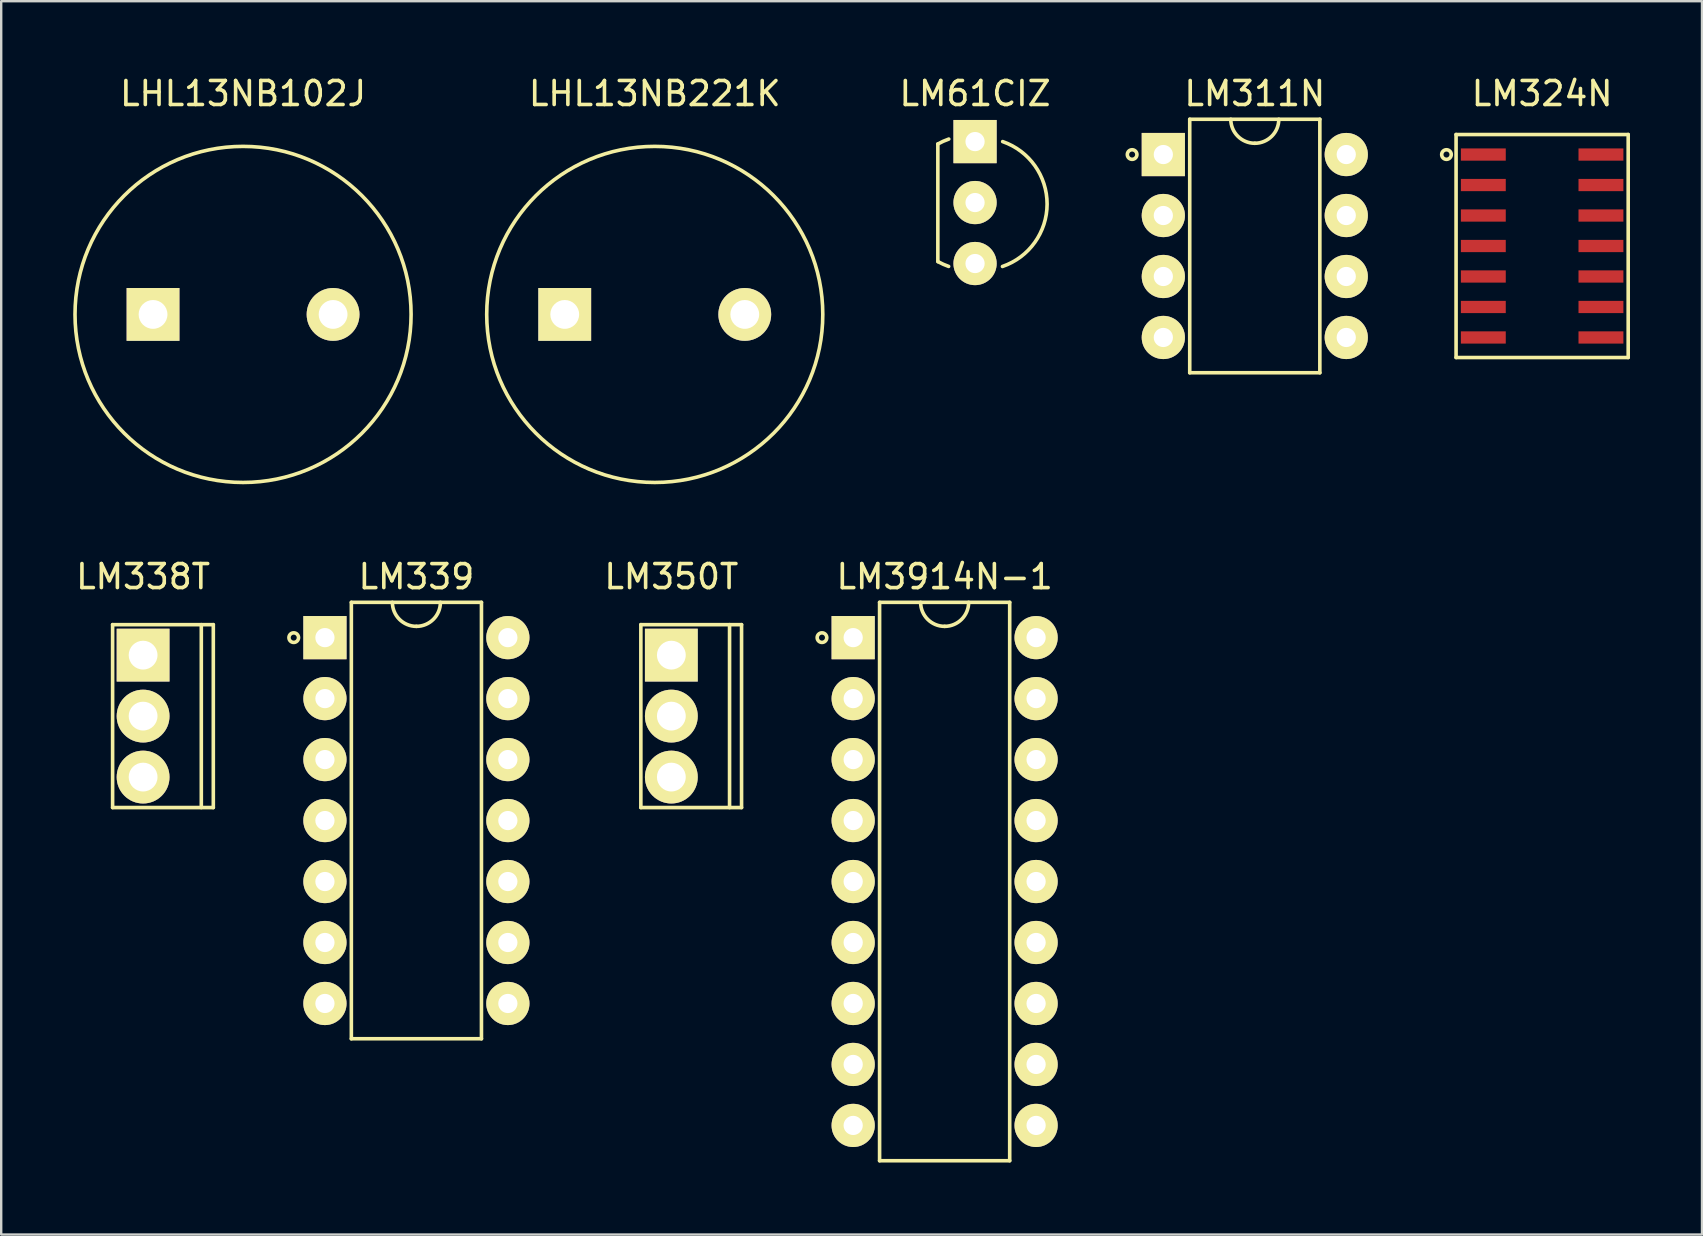
<source format=kicad_pcb>
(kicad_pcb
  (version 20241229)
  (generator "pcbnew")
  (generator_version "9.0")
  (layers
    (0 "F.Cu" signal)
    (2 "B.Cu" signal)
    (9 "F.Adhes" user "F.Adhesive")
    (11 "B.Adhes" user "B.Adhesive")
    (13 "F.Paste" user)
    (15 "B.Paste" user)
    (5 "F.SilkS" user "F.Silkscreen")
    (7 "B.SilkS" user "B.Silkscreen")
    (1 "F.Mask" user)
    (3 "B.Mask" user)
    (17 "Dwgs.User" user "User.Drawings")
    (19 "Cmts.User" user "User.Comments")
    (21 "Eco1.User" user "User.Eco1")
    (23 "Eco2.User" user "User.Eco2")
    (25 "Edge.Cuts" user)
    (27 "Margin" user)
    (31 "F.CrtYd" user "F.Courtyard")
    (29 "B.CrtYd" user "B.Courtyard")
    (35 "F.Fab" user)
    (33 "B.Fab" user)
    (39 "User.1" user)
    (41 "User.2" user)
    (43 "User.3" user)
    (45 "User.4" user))
  (footprint "LM324N"
    (layer "F.Cu")
    (at 58.741 3.388)
    (property "Reference" "LM324N" (at 2.45 -2.54 0) (layer "F.SilkS") (effects (font (size 1 1) (thickness 0.15))))
    (attr through_hole)
    (fp_line (start -1.135 -0.835) (end 6.035 -0.835) (stroke (width 0.15) (type solid)) (layer "F.SilkS"))
    (fp_line (start -1.135 8.455) (end -1.135 -0.835) (stroke (width 0.15) (type solid)) (layer "F.SilkS"))
    (fp_line (start 6.035 -0.835) (end 6.035 8.455) (stroke (width 0.15) (type solid)) (layer "F.SilkS"))
    (fp_line (start 6.035 8.455) (end -1.135 8.455) (stroke (width 0.15) (type solid)) (layer "F.SilkS"))
    (fp_circle (center -1.535 0) (end -1.535 0.2) (stroke (width 0.15) (type solid)) (fill no) (layer "F.SilkS"))
    (pad "1" smd rect (at 0 0) (size 1.87 0.51) (layers "F.Cu" "F.Mask" "F.Paste"))
    (pad "2" smd rect (at 0 1.27) (size 1.87 0.51) (layers "F.Cu" "F.Mask" "F.Paste"))
    (pad "3" smd rect (at 0 2.54) (size 1.87 0.51) (layers "F.Cu" "F.Mask" "F.Paste"))
    (pad "4" smd rect (at 0 3.81) (size 1.87 0.51) (layers "F.Cu" "F.Mask" "F.Paste"))
    (pad "5" smd rect (at 0 5.08) (size 1.87 0.51) (layers "F.Cu" "F.Mask" "F.Paste"))
    (pad "6" smd rect (at 0 6.35) (size 1.87 0.51) (layers "F.Cu" "F.Mask" "F.Paste"))
    (pad "7" smd rect (at 0 7.62) (size 1.87 0.51) (layers "F.Cu" "F.Mask" "F.Paste"))
    (pad "8" smd rect (at 4.9 7.62) (size 1.87 0.51) (layers "F.Cu" "F.Mask" "F.Paste"))
    (pad "9" smd rect (at 4.9 6.35) (size 1.87 0.51) (layers "F.Cu" "F.Mask" "F.Paste"))
    (pad "10" smd rect (at 4.9 5.08) (size 1.87 0.51) (layers "F.Cu" "F.Mask" "F.Paste"))
    (pad "11" smd rect (at 4.9 3.81) (size 1.87 0.51) (layers "F.Cu" "F.Mask" "F.Paste"))
    (pad "12" smd rect (at 4.9 2.54) (size 1.87 0.51) (layers "F.Cu" "F.Mask" "F.Paste"))
    (pad "13" smd rect (at 4.9 1.27) (size 1.87 0.51) (layers "F.Cu" "F.Mask" "F.Paste"))
    (pad "14" smd rect (at 4.9 0) (size 1.87 0.51) (layers "F.Cu" "F.Mask" "F.Paste")))
  (footprint "LM339"
    (layer "F.Cu")
    (at 10.486 23.512)
    (property "Reference" "LM339" (at 3.81 -2.54 0) (layer "F.SilkS") (effects (font (size 1 1) (thickness 0.15))))
    (attr through_hole)
    (fp_line (start 1.1 -1.47) (end 6.52 -1.47) (stroke (width 0.15) (type solid)) (layer "F.SilkS"))
    (fp_line (start 1.1 16.71) (end 1.1 -1.47) (stroke (width 0.15) (type solid)) (layer "F.SilkS"))
    (fp_line (start 6.52 -1.47) (end 6.52 16.71) (stroke (width 0.15) (type solid)) (layer "F.SilkS"))
    (fp_line (start 6.52 16.71) (end 1.1 16.71) (stroke (width 0.15) (type solid)) (layer "F.SilkS"))
    (fp_arc (start 3.81 -0.47) (mid 3.102893 -0.762893) (end 2.81 -1.47) (stroke (width 0.15) (type solid)) (layer "F.SilkS"))
    (fp_arc (start 4.81 -1.47) (mid 4.517107 -0.762893) (end 3.81 -0.47) (stroke (width 0.15) (type solid)) (layer "F.SilkS"))
    (fp_circle (center -1.3 0) (end -1.3 0.2) (stroke (width 0.15) (type solid)) (fill no) (layer "F.SilkS"))
    (pad "1" thru_hole rect (at 0 0) (size 1.8 1.8) (drill 0.8) (layers "*.Cu" "*.Mask" "F.SilkS"))
    (pad "2" thru_hole circle (at 0 2.54) (size 1.8 1.8) (drill 0.8) (layers "*.Cu" "*.Mask" "F.SilkS"))
    (pad "3" thru_hole circle (at 0 5.08) (size 1.8 1.8) (drill 0.8) (layers "*.Cu" "*.Mask" "F.SilkS"))
    (pad "4" thru_hole circle (at 0 7.62) (size 1.8 1.8) (drill 0.8) (layers "*.Cu" "*.Mask" "F.SilkS"))
    (pad "5" thru_hole circle (at 0 10.16) (size 1.8 1.8) (drill 0.8) (layers "*.Cu" "*.Mask" "F.SilkS"))
    (pad "6" thru_hole circle (at 0 12.7) (size 1.8 1.8) (drill 0.8) (layers "*.Cu" "*.Mask" "F.SilkS"))
    (pad "7" thru_hole circle (at 0 15.24) (size 1.8 1.8) (drill 0.8) (layers "*.Cu" "*.Mask" "F.SilkS"))
    (pad "8" thru_hole circle (at 7.62 15.24) (size 1.8 1.8) (drill 0.8) (layers "*.Cu" "*.Mask" "F.SilkS"))
    (pad "9" thru_hole circle (at 7.62 12.7) (size 1.8 1.8) (drill 0.8) (layers "*.Cu" "*.Mask" "F.SilkS"))
    (pad "10" thru_hole circle (at 7.62 10.16) (size 1.8 1.8) (drill 0.8) (layers "*.Cu" "*.Mask" "F.SilkS"))
    (pad "11" thru_hole circle (at 7.62 7.62) (size 1.8 1.8) (drill 0.8) (layers "*.Cu" "*.Mask" "F.SilkS"))
    (pad "12" thru_hole circle (at 7.62 5.08) (size 1.8 1.8) (drill 0.8) (layers "*.Cu" "*.Mask" "F.SilkS"))
    (pad "13" thru_hole circle (at 7.62 2.54) (size 1.8 1.8) (drill 0.8) (layers "*.Cu" "*.Mask" "F.SilkS"))
    (pad "14" thru_hole circle (at 7.62 0) (size 1.8 1.8) (drill 0.8) (layers "*.Cu" "*.Mask" "F.SilkS")))
  (footprint "LHL13NB221K"
    (layer "F.Cu")
    (at 20.475 10.048)
    (property "Reference" "LHL13NB221K" (at 3.75 -9.2 0) (layer "F.SilkS") (effects (font (size 1 1) (thickness 0.15))))
    (attr through_hole)
    (fp_circle (center 3.75 0) (end 3.75 -7) (stroke (width 0.15) (type solid)) (fill no) (layer "F.SilkS"))
    (pad "1" thru_hole rect (at 0 0) (size 2.2 2.2) (drill 1.2) (layers "*.Cu" "*.Mask" "F.SilkS"))
    (pad "2" thru_hole circle (at 7.5 0) (size 2.2 2.2) (drill 1.2) (layers "*.Cu" "*.Mask" "F.SilkS")))
  (footprint "LM338T"
    (layer "F.Cu")
    (at 2.911 24.241)
    (property "Reference" "LM338T" (at 0 -3.27 0) (layer "F.SilkS") (effects (font (size 1 1) (thickness 0.15))))
    (attr through_hole)
    (fp_line (start -1.27 -1.27) (end -1.27 6.35) (stroke (width 0.15) (type solid)) (layer "F.SilkS"))
    (fp_line (start -1.27 -1.27) (end 2.925 -1.27) (stroke (width 0.15) (type solid)) (layer "F.SilkS"))
    (fp_line (start -1.27 6.35) (end 2.925 6.35) (stroke (width 0.15) (type solid)) (layer "F.SilkS"))
    (fp_line (start 2.425 -1.27) (end 2.425 6.35) (stroke (width 0.15) (type solid)) (layer "F.SilkS"))
    (fp_line (start 2.925 -1.27) (end 2.925 6.35) (stroke (width 0.15) (type solid)) (layer "F.SilkS"))
    (pad "1" thru_hole rect (at 0 0) (size 2.2 2.2) (drill 1.2) (layers "*.Cu" "*.Mask" "F.SilkS"))
    (pad "2" thru_hole circle (at 0 2.54) (size 2.2 2.2) (drill 1.2) (layers "*.Cu" "*.Mask" "F.SilkS"))
    (pad "3" thru_hole circle (at 0 5.08) (size 2.2 2.2) (drill 1.2) (layers "*.Cu" "*.Mask" "F.SilkS")))
  (footprint "LM311N"
    (layer "F.Cu")
    (at 45.411 3.388)
    (property "Reference" "LM311N" (at 3.81 -2.54 0) (layer "F.SilkS") (effects (font (size 1 1) (thickness 0.15))))
    (attr through_hole)
    (fp_line (start 1.1 -1.47) (end 6.52 -1.47) (stroke (width 0.15) (type solid)) (layer "F.SilkS"))
    (fp_line (start 1.1 9.09) (end 1.1 -1.47) (stroke (width 0.15) (type solid)) (layer "F.SilkS"))
    (fp_line (start 6.52 -1.47) (end 6.52 9.09) (stroke (width 0.15) (type solid)) (layer "F.SilkS"))
    (fp_line (start 6.52 9.09) (end 1.1 9.09) (stroke (width 0.15) (type solid)) (layer "F.SilkS"))
    (fp_arc (start 3.81 -0.47) (mid 3.102893 -0.762893) (end 2.81 -1.47) (stroke (width 0.15) (type solid)) (layer "F.SilkS"))
    (fp_arc (start 4.81 -1.47) (mid 4.517107 -0.762893) (end 3.81 -0.47) (stroke (width 0.15) (type solid)) (layer "F.SilkS"))
    (fp_circle (center -1.3 0) (end -1.3 0.2) (stroke (width 0.15) (type solid)) (fill no) (layer "F.SilkS"))
    (pad "1" thru_hole rect (at 0 0) (size 1.8 1.8) (drill 0.8) (layers "*.Cu" "*.Mask" "F.SilkS"))
    (pad "2" thru_hole circle (at 0 2.54) (size 1.8 1.8) (drill 0.8) (layers "*.Cu" "*.Mask" "F.SilkS"))
    (pad "3" thru_hole circle (at 0 5.08) (size 1.8 1.8) (drill 0.8) (layers "*.Cu" "*.Mask" "F.SilkS"))
    (pad "4" thru_hole circle (at 0 7.62) (size 1.8 1.8) (drill 0.8) (layers "*.Cu" "*.Mask" "F.SilkS"))
    (pad "5" thru_hole circle (at 7.62 7.62) (size 1.8 1.8) (drill 0.8) (layers "*.Cu" "*.Mask" "F.SilkS"))
    (pad "6" thru_hole circle (at 7.62 5.08) (size 1.8 1.8) (drill 0.8) (layers "*.Cu" "*.Mask" "F.SilkS"))
    (pad "7" thru_hole circle (at 7.62 2.54) (size 1.8 1.8) (drill 0.8) (layers "*.Cu" "*.Mask" "F.SilkS"))
    (pad "8" thru_hole circle (at 7.62 0) (size 1.8 1.8) (drill 0.8) (layers "*.Cu" "*.Mask" "F.SilkS")))
  (footprint "LHL13NB102J"
    (layer "F.Cu")
    (at 3.325 10.048)
    (property "Reference" "LHL13NB102J" (at 3.75 -9.2 0) (layer "F.SilkS") (effects (font (size 1 1) (thickness 0.15))))
    (attr through_hole)
    (fp_circle (center 3.75 0) (end 3.75 -7) (stroke (width 0.15) (type solid)) (fill no) (layer "F.SilkS"))
    (pad "1" thru_hole rect (at 0 0) (size 2.2 2.2) (drill 1.2) (layers "*.Cu" "*.Mask" "F.SilkS"))
    (pad "2" thru_hole circle (at 7.5 0) (size 2.2 2.2) (drill 1.2) (layers "*.Cu" "*.Mask" "F.SilkS")))
  (footprint "LM350T"
    (layer "F.Cu")
    (at 24.916 24.241)
    (property "Reference" "LM350T" (at 0 -3.27 0) (layer "F.SilkS") (effects (font (size 1 1) (thickness 0.15))))
    (attr through_hole)
    (fp_line (start -1.27 -1.27) (end -1.27 6.35) (stroke (width 0.15) (type solid)) (layer "F.SilkS"))
    (fp_line (start -1.27 -1.27) (end 2.925 -1.27) (stroke (width 0.15) (type solid)) (layer "F.SilkS"))
    (fp_line (start -1.27 6.35) (end 2.925 6.35) (stroke (width 0.15) (type solid)) (layer "F.SilkS"))
    (fp_line (start 2.425 -1.27) (end 2.425 6.35) (stroke (width 0.15) (type solid)) (layer "F.SilkS"))
    (fp_line (start 2.925 -1.27) (end 2.925 6.35) (stroke (width 0.15) (type solid)) (layer "F.SilkS"))
    (pad "1" thru_hole rect (at 0 0) (size 2.2 2.2) (drill 1.2) (layers "*.Cu" "*.Mask" "F.SilkS"))
    (pad "2" thru_hole circle (at 0 2.54) (size 2.2 2.2) (drill 1.2) (layers "*.Cu" "*.Mask" "F.SilkS"))
    (pad "3" thru_hole circle (at 0 5.08) (size 2.2 2.2) (drill 1.2) (layers "*.Cu" "*.Mask" "F.SilkS")))
  (footprint "LM3914N-1"
    (layer "F.Cu")
    (at 32.491 23.512)
    (property "Reference" "LM3914N-1" (at 3.81 -2.54 0) (layer "F.SilkS") (effects (font (size 1 1) (thickness 0.15))))
    (attr through_hole)
    (fp_line (start 1.1 -1.47) (end 6.52 -1.47) (stroke (width 0.15) (type solid)) (layer "F.SilkS"))
    (fp_line (start 1.1 21.79) (end 1.1 -1.47) (stroke (width 0.15) (type solid)) (layer "F.SilkS"))
    (fp_line (start 6.52 -1.47) (end 6.52 21.79) (stroke (width 0.15) (type solid)) (layer "F.SilkS"))
    (fp_line (start 6.52 21.79) (end 1.1 21.79) (stroke (width 0.15) (type solid)) (layer "F.SilkS"))
    (fp_arc (start 3.81 -0.47) (mid 3.102893 -0.762893) (end 2.81 -1.47) (stroke (width 0.15) (type solid)) (layer "F.SilkS"))
    (fp_arc (start 4.81 -1.47) (mid 4.517107 -0.762893) (end 3.81 -0.47) (stroke (width 0.15) (type solid)) (layer "F.SilkS"))
    (fp_circle (center -1.3 0) (end -1.3 0.2) (stroke (width 0.15) (type solid)) (fill no) (layer "F.SilkS"))
    (pad "1" thru_hole rect (at 0 0) (size 1.8 1.8) (drill 0.8) (layers "*.Cu" "*.Mask" "F.SilkS"))
    (pad "2" thru_hole circle (at 0 2.54) (size 1.8 1.8) (drill 0.8) (layers "*.Cu" "*.Mask" "F.SilkS"))
    (pad "3" thru_hole circle (at 0 5.08) (size 1.8 1.8) (drill 0.8) (layers "*.Cu" "*.Mask" "F.SilkS"))
    (pad "4" thru_hole circle (at 0 7.62) (size 1.8 1.8) (drill 0.8) (layers "*.Cu" "*.Mask" "F.SilkS"))
    (pad "5" thru_hole circle (at 0 10.16) (size 1.8 1.8) (drill 0.8) (layers "*.Cu" "*.Mask" "F.SilkS"))
    (pad "6" thru_hole circle (at 0 12.7) (size 1.8 1.8) (drill 0.8) (layers "*.Cu" "*.Mask" "F.SilkS"))
    (pad "7" thru_hole circle (at 0 15.24) (size 1.8 1.8) (drill 0.8) (layers "*.Cu" "*.Mask" "F.SilkS"))
    (pad "8" thru_hole circle (at 0 17.78) (size 1.8 1.8) (drill 0.8) (layers "*.Cu" "*.Mask" "F.SilkS"))
    (pad "9" thru_hole circle (at 0 20.32) (size 1.8 1.8) (drill 0.8) (layers "*.Cu" "*.Mask" "F.SilkS"))
    (pad "10" thru_hole circle (at 7.62 20.32) (size 1.8 1.8) (drill 0.8) (layers "*.Cu" "*.Mask" "F.SilkS"))
    (pad "11" thru_hole circle (at 7.62 17.78) (size 1.8 1.8) (drill 0.8) (layers "*.Cu" "*.Mask" "F.SilkS"))
    (pad "12" thru_hole circle (at 7.62 15.24) (size 1.8 1.8) (drill 0.8) (layers "*.Cu" "*.Mask" "F.SilkS"))
    (pad "13" thru_hole circle (at 7.62 12.7) (size 1.8 1.8) (drill 0.8) (layers "*.Cu" "*.Mask" "F.SilkS"))
    (pad "14" thru_hole circle (at 7.62 10.16) (size 1.8 1.8) (drill 0.8) (layers "*.Cu" "*.Mask" "F.SilkS"))
    (pad "15" thru_hole circle (at 7.62 7.62) (size 1.8 1.8) (drill 0.8) (layers "*.Cu" "*.Mask" "F.SilkS"))
    (pad "16" thru_hole circle (at 7.62 5.08) (size 1.8 1.8) (drill 0.8) (layers "*.Cu" "*.Mask" "F.SilkS"))
    (pad "17" thru_hole circle (at 7.62 2.54) (size 1.8 1.8) (drill 0.8) (layers "*.Cu" "*.Mask" "F.SilkS"))
    (pad "18" thru_hole circle (at 7.62 0) (size 1.8 1.8) (drill 0.8) (layers "*.Cu" "*.Mask" "F.SilkS")))
  (footprint "LM61CIZ"
    (layer "F.Cu")
    (at 37.568 2.848)
    (property "Reference" "LM61CIZ" (at 0 -2 0) (layer "F.SilkS") (effects (font (size 1 1) (thickness 0.15))))
    (attr through_hole)
    (fp_line (start -1.55 5) (end -1.55 0.1) (stroke (width 0.15) (type solid)) (layer "F.SilkS"))
    (fp_arc (start -1.55 0.1) (mid -1.326783 -0.012505) (end -1.09461 -0.105127) (stroke (width 0.15) (type solid)) (layer "F.SilkS"))
    (fp_arc (start -1.1 5.2) (mid -1.32318 5.111666) (end -1.537812 5.004217) (stroke (width 0.15) (type solid)) (layer "F.SilkS"))
    (fp_arc (start 1.15 0) (mid 3.00136 2.60449) (end 1.14151 5.202923) (stroke (width 0.15) (type solid)) (layer "F.SilkS"))
    (pad "1" thru_hole rect (at 0 0) (size 1.8 1.8) (drill 0.8) (layers "*.Cu" "*.Mask" "F.SilkS"))
    (pad "2" thru_hole circle (at 0 2.54) (size 1.8 1.8) (drill 0.8) (layers "*.Cu" "*.Mask" "F.SilkS"))
    (pad "3" thru_hole circle (at 0 5.08) (size 1.8 1.8) (drill 0.8) (layers "*.Cu" "*.Mask" "F.SilkS")))
  (gr_rect
    (start -3 -3)
    (end 67.851 48.377)
    (stroke (width 0.1) (type default))
    (fill no)
    (layer "Edge.Cuts")))
</source>
